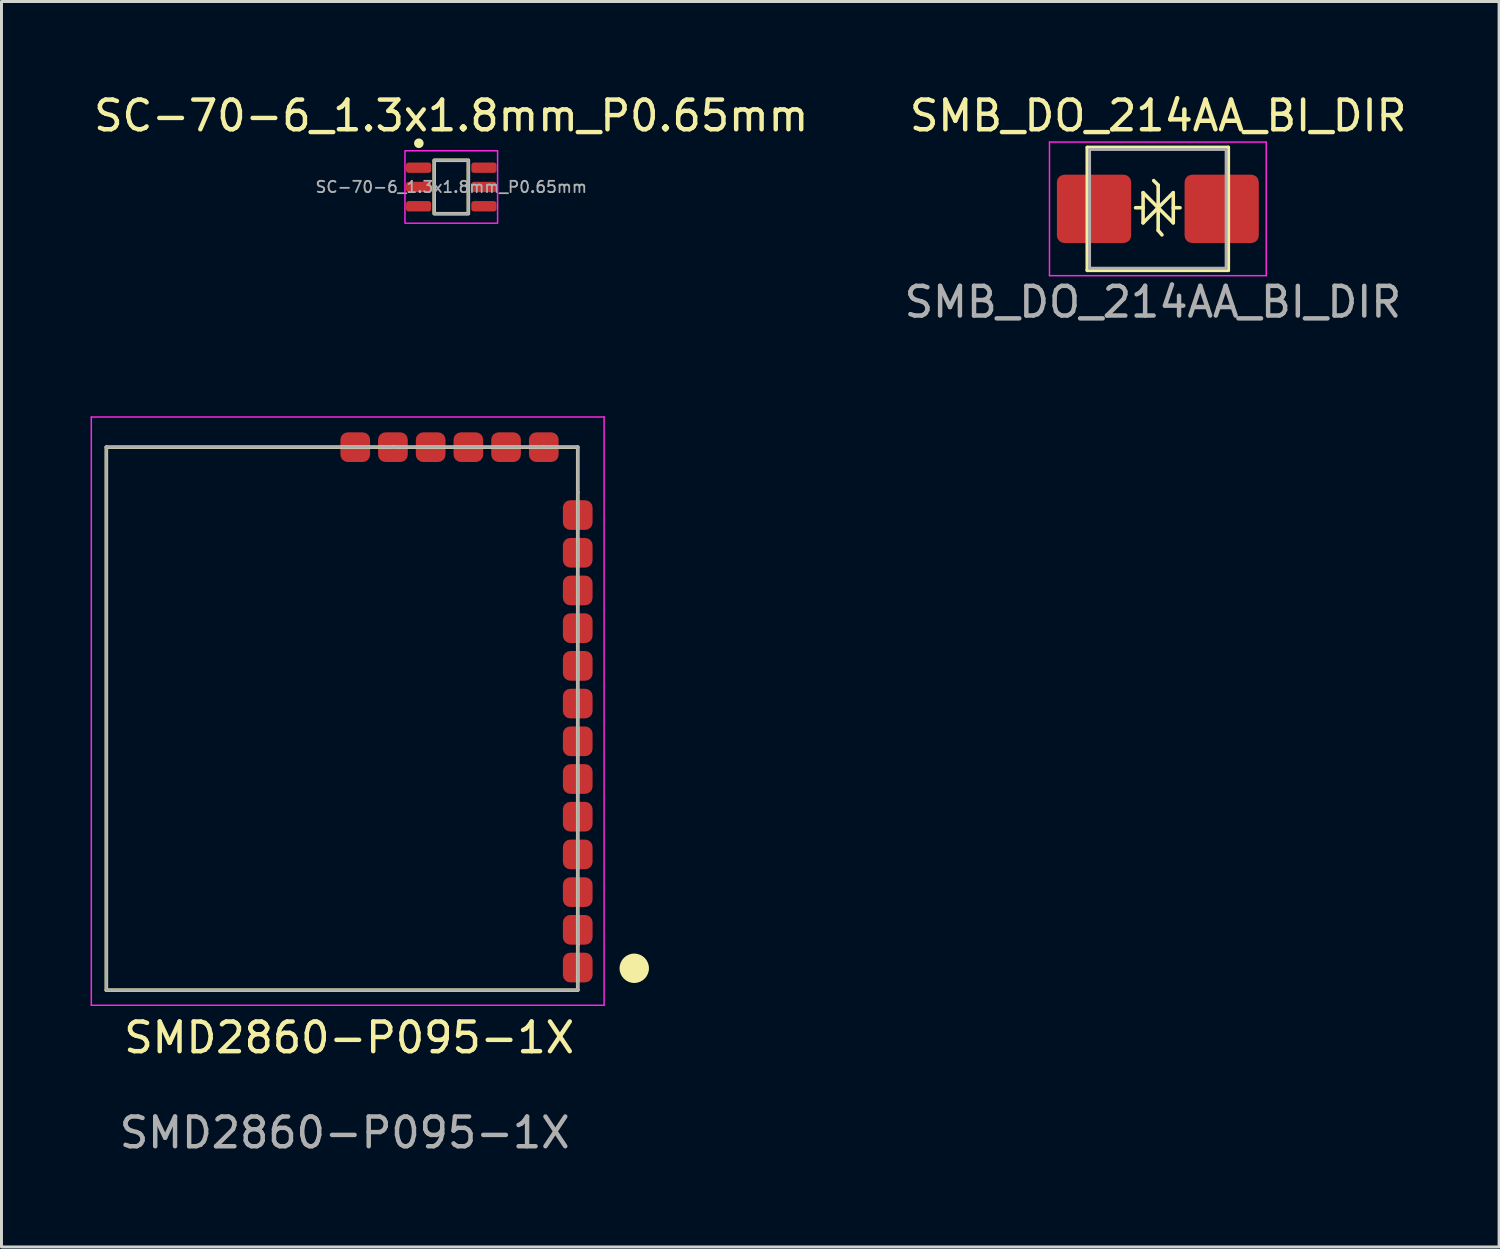
<source format=kicad_pcb>
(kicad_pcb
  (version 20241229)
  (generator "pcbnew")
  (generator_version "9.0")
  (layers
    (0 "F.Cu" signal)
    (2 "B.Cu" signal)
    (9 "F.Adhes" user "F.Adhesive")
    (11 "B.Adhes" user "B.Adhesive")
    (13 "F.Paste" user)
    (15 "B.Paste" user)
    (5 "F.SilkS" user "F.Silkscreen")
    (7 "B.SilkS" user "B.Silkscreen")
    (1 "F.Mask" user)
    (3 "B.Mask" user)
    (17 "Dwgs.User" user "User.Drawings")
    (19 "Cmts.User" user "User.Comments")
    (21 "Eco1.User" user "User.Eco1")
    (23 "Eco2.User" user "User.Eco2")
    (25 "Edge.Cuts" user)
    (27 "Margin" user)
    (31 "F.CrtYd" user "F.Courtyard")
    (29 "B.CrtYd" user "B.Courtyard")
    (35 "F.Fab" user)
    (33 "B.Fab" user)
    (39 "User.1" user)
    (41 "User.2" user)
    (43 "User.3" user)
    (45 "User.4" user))
  (footprint "SMD2860-P095-1X"
    (layer "F.Cu")
    (at 8.47 21.155)
    (property "Reference" "SMD2860-P095-1X" (at 0.241 10.744 0) (unlocked yes) (layer "F.SilkS") (effects (font (size 1 1) (thickness 0.15))))
    (attr smd)
    (fp_line (start -7.938 -9.144) (end 1.714 -9.144) (stroke (width 0.12) (type solid)) (layer "F.SilkS"))
    (fp_line (start -7.938 9.144) (end -7.938 -9.144) (stroke (width 0.12) (type solid)) (layer "F.SilkS"))
    (fp_line (start 6.795 -9.144) (end 1.714 -9.144) (stroke (width 0.12) (type solid)) (layer "F.SilkS"))
    (fp_line (start 7.938 -9.144) (end 6.795 -9.144) (stroke (width 0.12) (type solid)) (layer "F.SilkS"))
    (fp_line (start 7.938 -7.62) (end 7.938 -9.144) (stroke (width 0.12) (type solid)) (layer "F.SilkS"))
    (fp_line (start 7.938 7.62) (end 7.938 -7.62) (stroke (width 0.12) (type solid)) (layer "F.SilkS"))
    (fp_line (start 7.938 7.62) (end 7.938 9.144) (stroke (width 0.12) (type solid)) (layer "F.SilkS"))
    (fp_line (start 7.938 9.144) (end -7.938 9.144) (stroke (width 0.12) (type solid)) (layer "F.SilkS"))
    (fp_circle (center 9.842 8.407) (end 10.277 8.407) (stroke (width 0.12) (type solid)) (fill yes) (layer "F.SilkS"))
    (fp_line (start -8.445 -10.16) (end -8.445 9.652) (stroke (width 0.05) (type solid)) (layer "F.CrtYd"))
    (fp_line (start -8.445 9.652) (end 8.826 9.652) (stroke (width 0.05) (type solid)) (layer "F.CrtYd"))
    (fp_line (start 8.826 -10.16) (end -8.445 -10.16) (stroke (width 0.05) (type solid)) (layer "F.CrtYd"))
    (fp_line (start 8.826 9.652) (end 8.826 -10.16) (stroke (width 0.05) (type solid)) (layer "F.CrtYd"))
    (fp_line (start -7.938 9.144) (end -7.938 -9.144) (stroke (width 0.1) (type solid)) (layer "F.Fab"))
    (fp_line (start 1.714 -9.144) (end -7.938 -9.144) (stroke (width 0.1) (type solid)) (layer "F.Fab"))
    (fp_line (start 6.795 -9.144) (end 1.714 -9.144) (stroke (width 0.1) (type solid)) (layer "F.Fab"))
    (fp_line (start 7.938 -9.144) (end 6.795 -9.144) (stroke (width 0.1) (type solid)) (layer "F.Fab"))
    (fp_line (start 7.938 -7.62) (end 7.938 -9.144) (stroke (width 0.1) (type solid)) (layer "F.Fab"))
    (fp_line (start 7.938 -7.62) (end 7.938 7.62) (stroke (width 0.1) (type solid)) (layer "F.Fab"))
    (fp_line (start 7.938 7.62) (end 7.938 8.941) (stroke (width 0.1) (type solid)) (layer "F.Fab"))
    (fp_line (start 7.938 8.941) (end 7.938 9.144) (stroke (width 0.1) (type solid)) (layer "F.Fab"))
    (fp_line (start 7.938 9.144) (end -7.938 9.144) (stroke (width 0.1) (type solid)) (layer "F.Fab"))
    (fp_text user "${REFERENCE}" (at 0.089 13.945 0) (unlocked yes) (layer "F.Fab") (effects (font (size 1 1) (thickness 0.15))))
    (pad "1" smd roundrect (at 7.938 8.382) (size 1 1) (layers "F.Cu" "F.Mask" "F.Paste") (roundrect_rratio 0.25))
    (pad "2" smd roundrect (at 7.938 7.112) (size 1 1) (layers "F.Cu" "F.Mask" "F.Paste") (roundrect_rratio 0.25))
    (pad "3" smd roundrect (at 7.938 5.842) (size 1 1) (layers "F.Cu" "F.Mask" "F.Paste") (roundrect_rratio 0.25))
    (pad "4" smd roundrect (at 7.938 4.572) (size 1 1) (layers "F.Cu" "F.Mask" "F.Paste") (roundrect_rratio 0.25))
    (pad "5" smd roundrect (at 7.938 3.302) (size 1 1) (layers "F.Cu" "F.Mask" "F.Paste") (roundrect_rratio 0.25))
    (pad "6" smd roundrect (at 7.938 2.032) (size 1 1) (layers "F.Cu" "F.Mask" "F.Paste") (roundrect_rratio 0.25))
    (pad "7" smd roundrect (at 7.938 0.762) (size 1 1) (layers "F.Cu" "F.Mask" "F.Paste") (roundrect_rratio 0.25))
    (pad "8" smd roundrect (at 7.938 -0.508) (size 1 1) (layers "F.Cu" "F.Mask" "F.Paste") (roundrect_rratio 0.25))
    (pad "9" smd roundrect (at 7.938 -1.778) (size 1 1) (layers "F.Cu" "F.Mask" "F.Paste") (roundrect_rratio 0.25))
    (pad "10" smd roundrect (at 7.938 -3.048) (size 1 1) (layers "F.Cu" "F.Mask" "F.Paste") (roundrect_rratio 0.25))
    (pad "11" smd roundrect (at 7.938 -4.318) (size 1 1) (layers "F.Cu" "F.Mask" "F.Paste") (roundrect_rratio 0.25))
    (pad "12" smd roundrect (at 7.938 -5.588) (size 1 1) (layers "F.Cu" "F.Mask" "F.Paste") (roundrect_rratio 0.25))
    (pad "13" smd roundrect (at 7.938 -6.858) (size 1 1) (layers "F.Cu" "F.Mask" "F.Paste") (roundrect_rratio 0.25))
    (pad "14" smd roundrect (at 6.795 -9.144) (size 1 1) (layers "F.Cu" "F.Mask" "F.Paste") (roundrect_rratio 0.25))
    (pad "15" smd roundrect (at 5.524 -9.144) (size 1 1) (layers "F.Cu" "F.Mask" "F.Paste") (roundrect_rratio 0.25))
    (pad "16" smd roundrect (at 4.255 -9.144) (size 1 1) (layers "F.Cu" "F.Mask" "F.Paste") (roundrect_rratio 0.25))
    (pad "17" smd roundrect (at 2.985 -9.144) (size 1 1) (layers "F.Cu" "F.Mask" "F.Paste") (roundrect_rratio 0.25))
    (pad "18" smd roundrect (at 1.714 -9.144) (size 1 1) (layers "F.Cu" "F.Mask" "F.Paste") (roundrect_rratio 0.25))
    (pad "19" smd roundrect (at 0.445 -9.144) (size 1 1) (layers "F.Cu" "F.Mask" "F.Paste") (roundrect_rratio 0.25)))
  (footprint "SC-70-6_1.3x1.8mm_P0.65mm"
    (layer "F.Cu")
    (at 12.149 3.248)
    (property "Reference" "SC-70-6_1.3x1.8mm_P0.65mm" (at 0 -2.4 0) (layer "F.SilkS") (effects (font (size 1 1) (thickness 0.15))))
    (attr smd)
    (fp_rect (start -0.575 -0.9) (end 0.575 0.9) (stroke (width 0.12) (type default)) (fill no) (layer "F.SilkS"))
    (fp_circle (center -1.092 -1.473) (end -0.991 -1.473) (stroke (width 0.12) (type solid)) (fill yes) (layer "F.SilkS"))
    (fp_rect (start -1.56 -1.22) (end 1.56 1.22) (stroke (width 0.05) (type default)) (fill no) (layer "F.CrtYd"))
    (fp_rect (start -0.575 -0.9) (end 0.575 0.9) (stroke (width 0.1) (type default)) (fill no) (layer "F.Fab"))
    (fp_text user "${REFERENCE}" (at 0 0 0) (layer "F.Fab") (effects (font (size 0.38 0.38) (thickness 0.06))))
    (pad "1" smd roundrect (at -1.1 -0.65) (size 0.85 0.35) (layers "F.Cu" "F.Mask" "F.Paste") (roundrect_rratio 0.25))
    (pad "2" smd roundrect (at -1.1 0) (size 0.85 0.35) (layers "F.Cu" "F.Mask" "F.Paste") (roundrect_rratio 0.25))
    (pad "3" smd roundrect (at -1.1 0.65) (size 0.85 0.35) (layers "F.Cu" "F.Mask" "F.Paste") (roundrect_rratio 0.25))
    (pad "4" smd roundrect (at 1.1 0.65) (size 0.85 0.35) (layers "F.Cu" "F.Mask" "F.Paste") (roundrect_rratio 0.25))
    (pad "5" smd roundrect (at 1.1 0) (size 0.85 0.35) (layers "F.Cu" "F.Mask" "F.Paste") (roundrect_rratio 0.25))
    (pad "6" smd roundrect (at 1.1 -0.65) (size 0.85 0.35) (layers "F.Cu" "F.Mask" "F.Paste") (roundrect_rratio 0.25)))
  (footprint "SMB_DO_214AA_BI_DIR"
    (layer "F.Cu")
    (at 35.958 3.947)
    (property "Reference" "SMB_DO_214AA_BI_DIR" (at 0 -3.099 0) (unlocked yes) (layer "F.SilkS") (effects (font (size 1 1) (thickness 0.15))))
    (attr smd)
    (fp_line (start -2.388 -2.032) (end -2.388 2.108) (stroke (width 0.12) (type solid)) (layer "F.SilkS"))
    (fp_line (start -2.388 2.108) (end 2.362 2.108) (stroke (width 0.12) (type solid)) (layer "F.SilkS"))
    (fp_line (start -0.508 -0.508) (end -0.508 0.508) (stroke (width 0.12) (type solid)) (layer "F.SilkS"))
    (fp_line (start -0.508 0) (end -0.762 0) (stroke (width 0.12) (type solid)) (layer "F.SilkS"))
    (fp_line (start -0.508 0.508) (end 0 0) (stroke (width 0.12) (type solid)) (layer "F.SilkS"))
    (fp_line (start 0 -0.762) (end -0.152 -0.914) (stroke (width 0.12) (type solid)) (layer "F.SilkS"))
    (fp_line (start 0 0) (end -0.508 -0.508) (stroke (width 0.12) (type solid)) (layer "F.SilkS"))
    (fp_line (start 0 0) (end 0 -0.762) (stroke (width 0.12) (type solid)) (layer "F.SilkS"))
    (fp_line (start 0 0) (end 0 0.762) (stroke (width 0.12) (type solid)) (layer "F.SilkS"))
    (fp_line (start 0 0) (end 0.508 0.508) (stroke (width 0.12) (type solid)) (layer "F.SilkS"))
    (fp_line (start 0 0.762) (end 0.127 0.914) (stroke (width 0.12) (type solid)) (layer "F.SilkS"))
    (fp_line (start 0.508 -0.508) (end 0 0) (stroke (width 0.12) (type solid)) (layer "F.SilkS"))
    (fp_line (start 0.508 0) (end 0.737 0) (stroke (width 0.12) (type solid)) (layer "F.SilkS"))
    (fp_line (start 0.508 0.508) (end 0.508 -0.508) (stroke (width 0.12) (type solid)) (layer "F.SilkS"))
    (fp_line (start 2.362 -2.032) (end -2.388 -2.032) (stroke (width 0.12) (type solid)) (layer "F.SilkS"))
    (fp_line (start 2.362 2.108) (end 2.362 -2.032) (stroke (width 0.12) (type solid)) (layer "F.SilkS"))
    (fp_line (start -3.661 -2.213) (end 3.639 -2.213) (stroke (width 0.05) (type solid)) (layer "F.CrtYd"))
    (fp_line (start -3.661 2.287) (end -3.661 -2.213) (stroke (width 0.05) (type solid)) (layer "F.CrtYd"))
    (fp_line (start 3.639 -2.213) (end 3.639 2.287) (stroke (width 0.05) (type solid)) (layer "F.CrtYd"))
    (fp_line (start 3.639 2.287) (end -3.661 2.287) (stroke (width 0.05) (type solid)) (layer "F.CrtYd"))
    (fp_line (start -2.311 2.037) (end -2.311 -1.963) (stroke (width 0.1) (type solid)) (layer "F.Fab"))
    (fp_line (start 2.289 -1.963) (end -2.311 -1.963) (stroke (width 0.1) (type solid)) (layer "F.Fab"))
    (fp_line (start 2.289 -1.963) (end 2.289 2.037) (stroke (width 0.1) (type solid)) (layer "F.Fab"))
    (fp_line (start 2.289 2.037) (end -2.311 2.037) (stroke (width 0.1) (type solid)) (layer "F.Fab"))
    (fp_text user "${REFERENCE}" (at -0.178 3.175 0) (unlocked yes) (layer "F.Fab") (effects (font (size 1 1) (thickness 0.15))))
    (pad "1" smd roundrect (at -2.161 0.037) (size 2.5 2.3) (layers "F.Cu" "F.Mask" "F.Paste") (roundrect_rratio 0.109))
    (pad "2" smd roundrect (at 2.139 0.037) (size 2.5 2.3) (layers "F.Cu" "F.Mask" "F.Paste") (roundrect_rratio 0.109)))
  (gr_rect
    (start -3 -3)
    (end 47.44 38.948)
    (stroke (width 0.1) (type default))
    (fill no)
    (layer "Edge.Cuts")))
</source>
